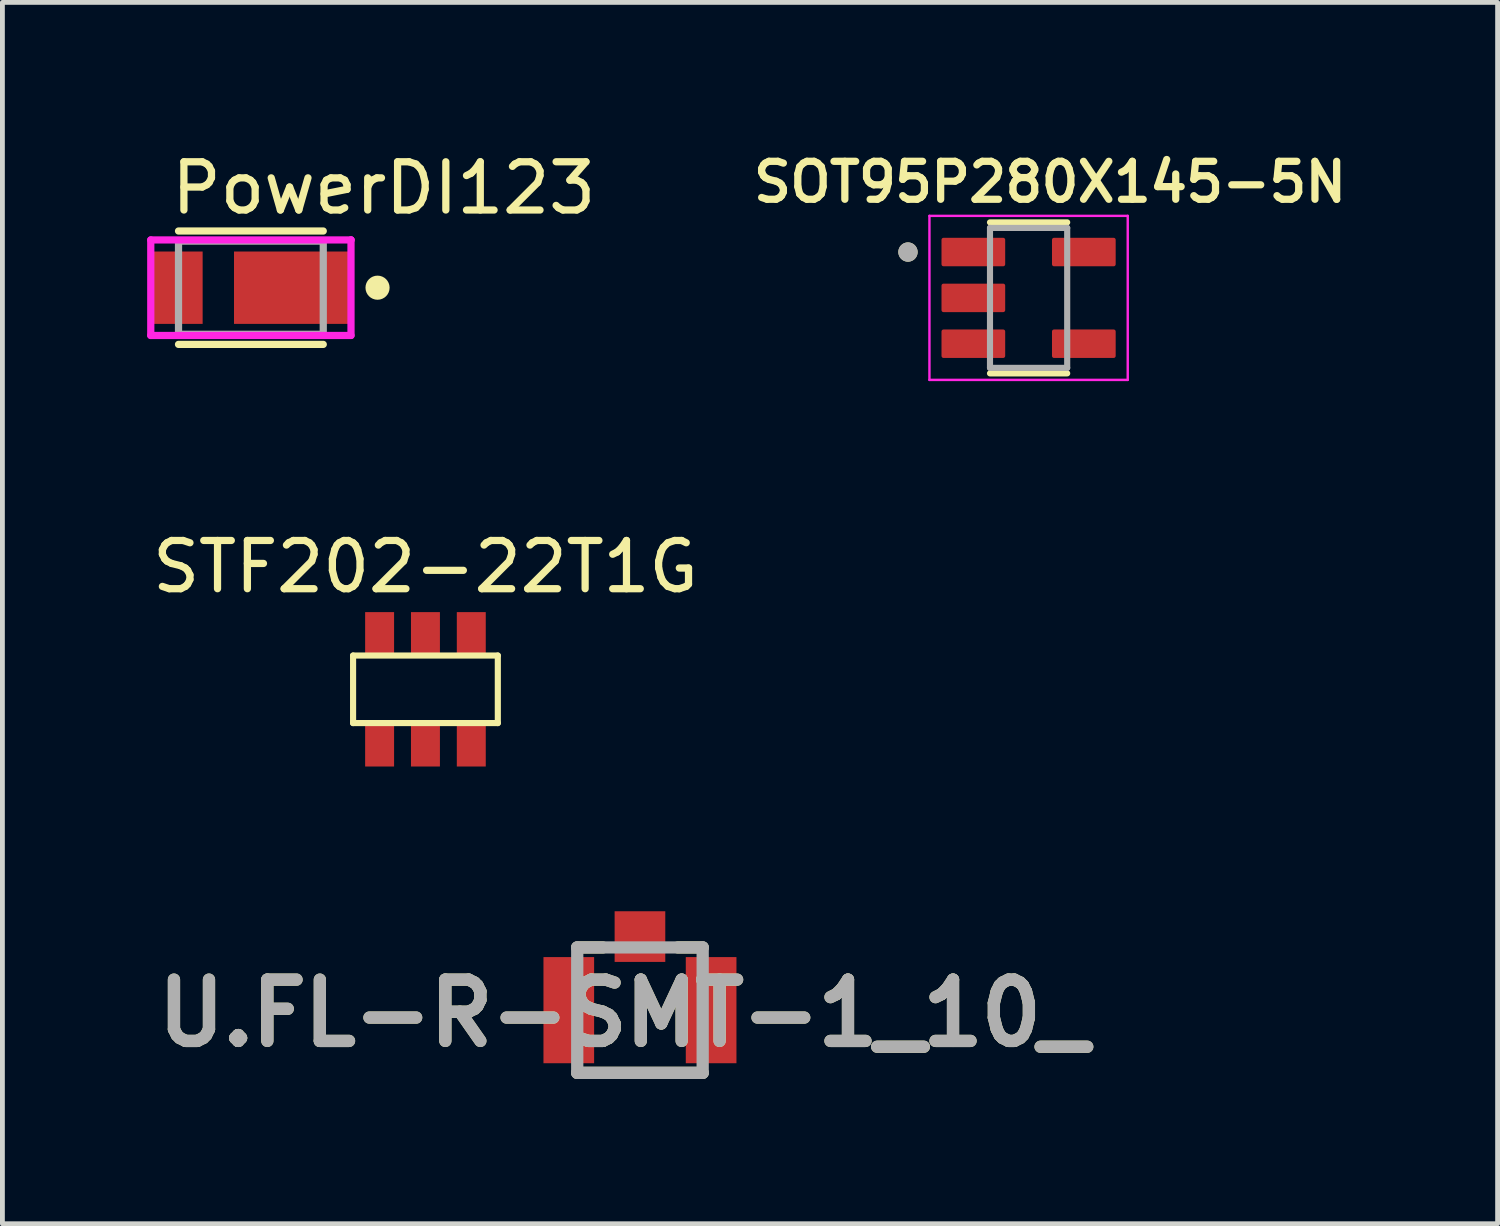
<source format=kicad_pcb>
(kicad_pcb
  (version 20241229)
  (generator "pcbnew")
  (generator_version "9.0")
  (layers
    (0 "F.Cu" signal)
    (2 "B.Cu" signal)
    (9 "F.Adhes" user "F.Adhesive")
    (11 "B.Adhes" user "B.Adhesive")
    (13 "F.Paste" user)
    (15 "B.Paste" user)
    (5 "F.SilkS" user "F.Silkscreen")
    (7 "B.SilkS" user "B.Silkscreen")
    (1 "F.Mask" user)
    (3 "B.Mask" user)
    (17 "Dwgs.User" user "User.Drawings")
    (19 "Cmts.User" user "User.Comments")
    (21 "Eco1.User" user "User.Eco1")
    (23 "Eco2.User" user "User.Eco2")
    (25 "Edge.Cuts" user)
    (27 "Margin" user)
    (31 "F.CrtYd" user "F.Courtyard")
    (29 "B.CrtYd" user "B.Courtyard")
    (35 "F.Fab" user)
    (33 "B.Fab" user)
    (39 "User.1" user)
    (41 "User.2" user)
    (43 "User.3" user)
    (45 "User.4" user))
  (footprint "U.FL-R-SMT-1_10_"
    (layer "F.Cu")
    (at 10.214 17.887)
    (property "Reference" "U.FL-R-SMT-1_10_" (at -0.345 0.063 0) (layer "F.SilkS") (effects (font (size 1.27 1.27) (thickness 0.254))))
    (attr smd)
    (fp_line (start -1.3 -1.3) (end -0.77 -1.3) (stroke (width 0.254) (type solid)) (layer "F.SilkS"))
    (fp_line (start -1.3 1.3) (end 1.3 1.3) (stroke (width 0.254) (type solid)) (layer "F.SilkS"))
    (fp_line (start 1.3 -1.3) (end 0.788 -1.3) (stroke (width 0.254) (type solid)) (layer "F.SilkS"))
    (fp_line (start -1.3 -1.3) (end 1.3 -1.3) (stroke (width 0.254) (type solid)) (layer "F.Fab"))
    (fp_line (start -1.3 1.3) (end -1.3 -1.3) (stroke (width 0.254) (type solid)) (layer "F.Fab"))
    (fp_line (start 1.3 -1.3) (end 1.3 1.3) (stroke (width 0.254) (type solid)) (layer "F.Fab"))
    (fp_line (start 1.3 1.3) (end -1.3 1.3) (stroke (width 0.254) (type solid)) (layer "F.Fab"))
    (fp_text user "${REFERENCE}" (at -0.345 0.063 0) (layer "F.Fab") (effects (font (size 1.27 1.27) (thickness 0.254))))
    (pad "1" smd rect (at -1.475 0) (size 1.05 2.2) (layers "F.Cu" "F.Mask" "F.Paste"))
    (pad "2" smd rect (at 1.475 0) (size 1.05 2.2) (layers "F.Cu" "F.Mask" "F.Paste"))
    (pad "3" smd rect (at 0 -1.525 90) (size 1.05 1.05) (layers "F.Cu" "F.Mask" "F.Paste")))
  (footprint "SOT95P280X145-5N"
    (layer "F.Cu")
    (at 18.269 3.124)
    (property "Reference" "SOT95P280X145-5N" (at 0.445 -2.4 0) (layer "F.SilkS") (effects (font (size 0.787 0.787) (thickness 0.15))))
    (attr smd)
    (fp_line (start -0.8 -1.565) (end 0.8 -1.565) (stroke (width 0.127) (type solid)) (layer "F.SilkS"))
    (fp_line (start -0.8 1.565) (end 0.8 1.565) (stroke (width 0.127) (type solid)) (layer "F.SilkS"))
    (fp_circle (center -2.5 -0.95) (end -2.4 -0.95) (stroke (width 0.2) (type solid)) (fill no) (layer "F.SilkS"))
    (fp_line (start -2.055 -1.7) (end -2.055 1.7) (stroke (width 0.05) (type solid)) (layer "F.CrtYd"))
    (fp_line (start -2.055 1.7) (end 2.055 1.7) (stroke (width 0.05) (type solid)) (layer "F.CrtYd"))
    (fp_line (start 2.055 -1.7) (end -2.055 -1.7) (stroke (width 0.05) (type solid)) (layer "F.CrtYd"))
    (fp_line (start 2.055 1.7) (end 2.055 -1.7) (stroke (width 0.05) (type solid)) (layer "F.CrtYd"))
    (fp_line (start -0.8 -1.45) (end -0.8 1.45) (stroke (width 0.127) (type solid)) (layer "F.Fab"))
    (fp_line (start -0.8 -1.45) (end 0.8 -1.45) (stroke (width 0.127) (type solid)) (layer "F.Fab"))
    (fp_line (start -0.8 1.45) (end 0.8 1.45) (stroke (width 0.127) (type solid)) (layer "F.Fab"))
    (fp_line (start 0.8 -1.45) (end 0.8 1.45) (stroke (width 0.127) (type solid)) (layer "F.Fab"))
    (fp_circle (center -2.5 -0.95) (end -2.4 -0.95) (stroke (width 0.2) (type solid)) (fill no) (layer "F.Fab"))
    (pad "1" smd roundrect (at -1.145 -0.95) (size 1.32 0.59) (layers "F.Cu" "F.Mask" "F.Paste") (roundrect_rratio 0.07))
    (pad "2" smd roundrect (at -1.145 0) (size 1.32 0.59) (layers "F.Cu" "F.Mask" "F.Paste") (roundrect_rratio 0.07))
    (pad "3" smd roundrect (at -1.145 0.95) (size 1.32 0.59) (layers "F.Cu" "F.Mask" "F.Paste") (roundrect_rratio 0.07))
    (pad "4" smd roundrect (at 1.145 0.95) (size 1.32 0.59) (layers "F.Cu" "F.Mask" "F.Paste") (roundrect_rratio 0.07))
    (pad "5" smd roundrect (at 1.145 -0.95) (size 1.32 0.59) (layers "F.Cu" "F.Mask" "F.Paste") (roundrect_rratio 0.07)))
  (footprint "PowerDI123"
    (layer "F.Cu")
    (at 2.15 2.913)
    (property "Reference" "PowerDI123" (at -1.725 -2.065 0) (layer "F.SilkS") (effects (font (size 1 1) (thickness 0.15)) (justify left)))
    (attr through_hole)
    (fp_line (start -1.5 1.175) (end 1.5 1.175) (stroke (width 0.15) (type solid)) (layer "F.SilkS"))
    (fp_line (start 1.5 -1.175) (end -1.5 -1.175) (stroke (width 0.15) (type solid)) (layer "F.SilkS"))
    (fp_circle (center 2.625 0) (end 2.75 0) (stroke (width 0.25) (type solid)) (fill no) (layer "F.SilkS"))
    (fp_line (start -2.075 -0.99) (end -2.075 0.99) (stroke (width 0.15) (type solid)) (layer "F.CrtYd"))
    (fp_line (start -2.075 0.99) (end 2.075 0.99) (stroke (width 0.15) (type solid)) (layer "F.CrtYd"))
    (fp_line (start 2.075 -0.99) (end -2.075 -0.99) (stroke (width 0.15) (type solid)) (layer "F.CrtYd"))
    (fp_line (start 2.075 -0.99) (end 2.075 -0.99) (stroke (width 0.15) (type solid)) (layer "F.CrtYd"))
    (fp_line (start 2.075 0.99) (end 2.075 -0.99) (stroke (width 0.15) (type solid)) (layer "F.CrtYd"))
    (fp_line (start -1.5 -0.965) (end 1.5 -0.965) (stroke (width 0.15) (type solid)) (layer "F.Fab"))
    (fp_line (start -1.5 0.965) (end -1.5 -0.965) (stroke (width 0.15) (type solid)) (layer "F.Fab"))
    (fp_line (start 1.5 -0.965) (end 1.5 0.965) (stroke (width 0.15) (type solid)) (layer "F.Fab"))
    (fp_line (start 1.5 0.965) (end -1.5 0.965) (stroke (width 0.15) (type solid)) (layer "F.Fab"))
    (pad "1" smd rect (at 0.85 0) (size 2.4 1.5) (layers "F.Cu" "F.Mask" "F.Paste"))
    (pad "2" smd rect (at -1.525 0) (size 1.05 1.5) (layers "F.Cu" "F.Mask" "F.Paste")))
  (footprint "STF202-22T1G"
    (layer "F.Cu")
    (at 5.768 11.237)
    (property "Reference" "STF202-22T1G" (at 0 -2.54 0) (layer "F.SilkS") (effects (font (size 1 1) (thickness 0.15))))
    (attr smd)
    (fp_line (start -1.5 -0.7) (end 1.5 -0.7) (stroke (width 0.127) (type solid)) (layer "F.SilkS"))
    (fp_line (start -1.5 0.7) (end -1.5 -0.7) (stroke (width 0.127) (type solid)) (layer "F.SilkS"))
    (fp_line (start 1.5 -0.7) (end 1.5 0.7) (stroke (width 0.127) (type solid)) (layer "F.SilkS"))
    (fp_line (start 1.5 0.7) (end -1.5 0.7) (stroke (width 0.127) (type solid)) (layer "F.SilkS"))
    (pad "1" smd rect (at -0.95 1.125 90) (size 0.95 0.6) (layers "F.Cu" "F.Mask" "F.Paste"))
    (pad "2" smd rect (at 0 1.125 90) (size 0.95 0.6) (layers "F.Cu" "F.Mask" "F.Paste"))
    (pad "3" smd rect (at 0.95 1.125 90) (size 0.95 0.6) (layers "F.Cu" "F.Mask" "F.Paste"))
    (pad "4" smd rect (at 0.95 -1.125 90) (size 0.95 0.6) (layers "F.Cu" "F.Mask" "F.Paste"))
    (pad "5" smd rect (at 0 -1.125 90) (size 0.95 0.6) (layers "F.Cu" "F.Mask" "F.Paste"))
    (pad "6" smd rect (at -0.95 -1.125 90) (size 0.95 0.6) (layers "F.Cu" "F.Mask" "F.Paste")))
  (gr_rect
    (start -3 -3)
    (end 27.99 22.314)
    (stroke (width 0.1) (type default))
    (fill no)
    (layer "Edge.Cuts")))
</source>
